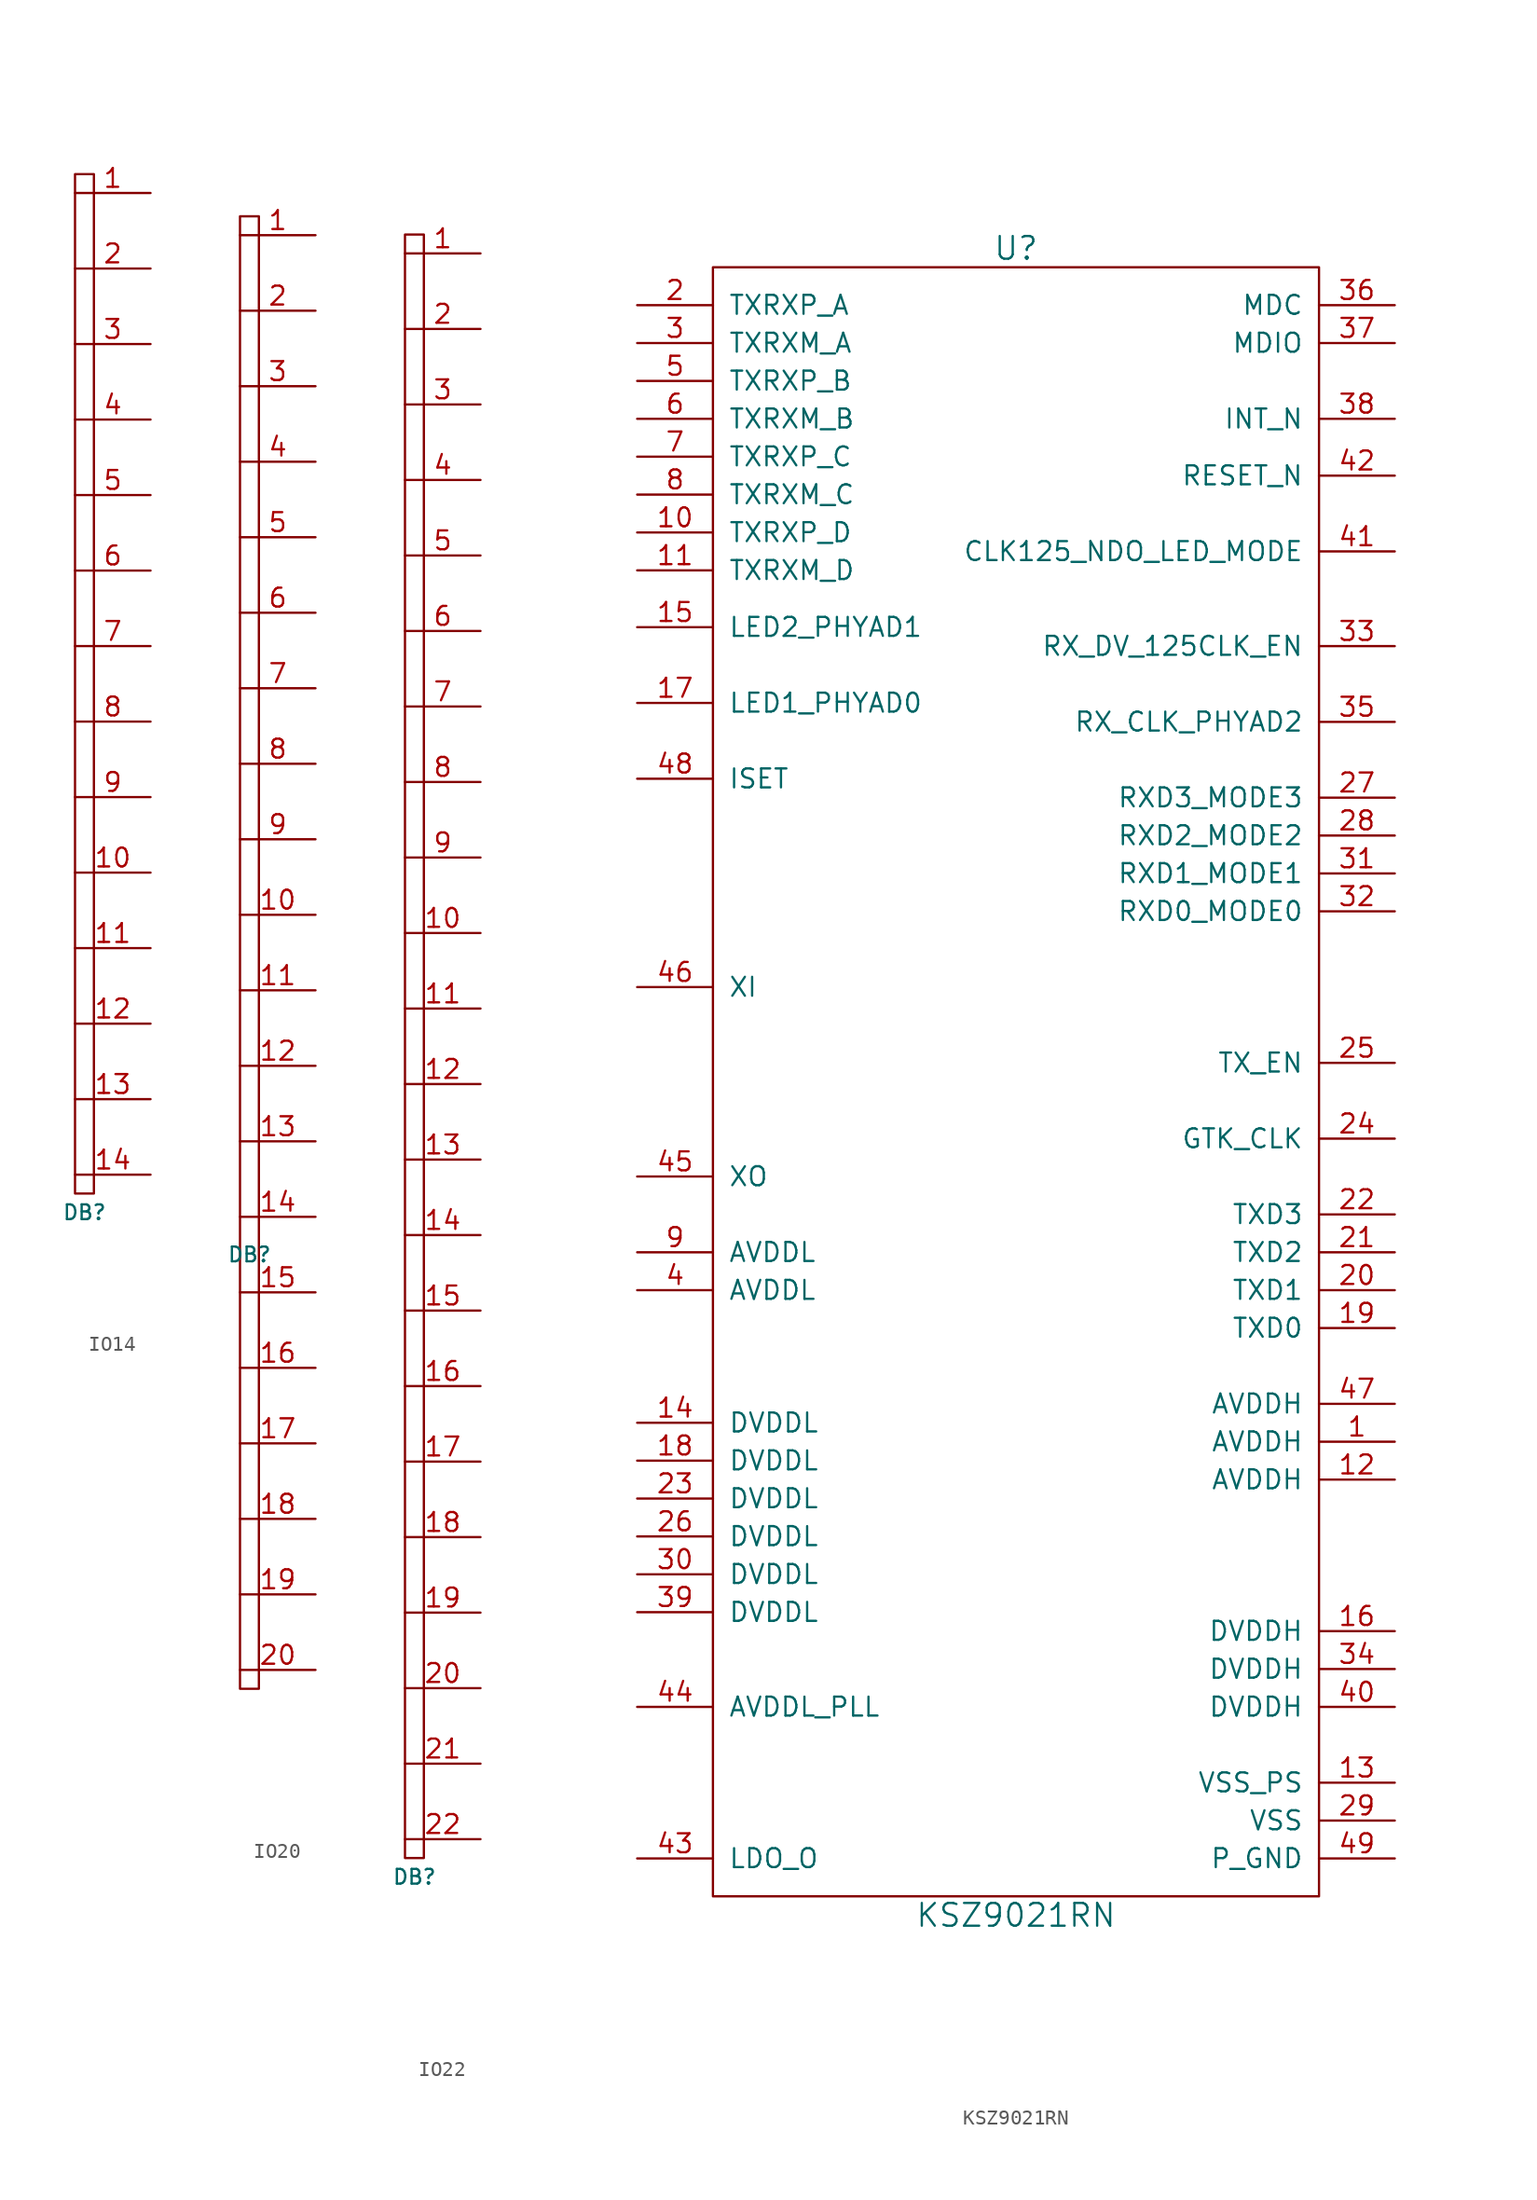
<source format=kicad_sym>
(kicad_symbol_lib
  (version 20220914)
  (generator kicad_symbol_editor)
  (symbol "IO14"
    (pin_names
      (offset 1.016))
    (property "Reference" "DB"
      (at -1.905 -35.56 0)
      (effects (font (size 0.991 0.991))))
    (property "Footprint" ""
      (at 0 -8.89 0)
      (effects (font (size 1.524 1.524))))
    (property "Datasheet" ""
      (at 0 -8.89 0)
      (effects (font (size 1.524 1.524))))
    (symbol "IO14_0_1"
      (rectangle (start -2.54 34.29) (end -1.27 -34.29) (stroke (width 0) (type solid)) (fill (type none))))
    (symbol "IO14_1_1"
      (pin input line (at 2.54 33.02 180) (length 5.08) (name "~" (effects (font (size 1.27 1.27)))) (number "1" (effects (font (size 1.27 1.27)))))
      (pin input line (at 2.54 -12.7 180) (length 5.08) (name "~" (effects (font (size 1.27 1.27)))) (number "10" (effects (font (size 1.27 1.27)))))
      (pin input line (at 2.54 -17.78 180) (length 5.08) (name "~" (effects (font (size 1.27 1.27)))) (number "11" (effects (font (size 1.27 1.27)))))
      (pin input line (at 2.54 -22.86 180) (length 5.08) (name "~" (effects (font (size 1.27 1.27)))) (number "12" (effects (font (size 1.27 1.27)))))
      (pin input line (at 2.54 -27.94 180) (length 5.08) (name "~" (effects (font (size 1.27 1.27)))) (number "13" (effects (font (size 1.27 1.27)))))
      (pin input line (at 2.54 -33.02 180) (length 5.08) (name "~" (effects (font (size 1.27 1.27)))) (number "14" (effects (font (size 1.27 1.27)))))
      (pin input line (at 2.54 27.94 180) (length 5.08) (name "~" (effects (font (size 1.27 1.27)))) (number "2" (effects (font (size 1.27 1.27)))))
      (pin input line (at 2.54 22.86 180) (length 5.08) (name "~" (effects (font (size 1.27 1.27)))) (number "3" (effects (font (size 1.27 1.27)))))
      (pin input line (at 2.54 17.78 180) (length 5.08) (name "~" (effects (font (size 1.27 1.27)))) (number "4" (effects (font (size 1.27 1.27)))))
      (pin input line (at 2.54 12.7 180) (length 5.08) (name "~" (effects (font (size 1.27 1.27)))) (number "5" (effects (font (size 1.27 1.27)))))
      (pin input line (at 2.54 7.62 180) (length 5.08) (name "~" (effects (font (size 1.27 1.27)))) (number "6" (effects (font (size 1.27 1.27)))))
      (pin input line (at 2.54 2.54 180) (length 5.08) (name "~" (effects (font (size 1.27 1.27)))) (number "7" (effects (font (size 1.27 1.27)))))
      (pin input line (at 2.54 -2.54 180) (length 5.08) (name "~" (effects (font (size 1.27 1.27)))) (number "8" (effects (font (size 1.27 1.27)))))
      (pin input line (at 2.54 -7.62 180) (length 5.08) (name "~" (effects (font (size 1.27 1.27)))) (number "9" (effects (font (size 1.27 1.27)))))))
  (symbol "IO20"
    (pin_names
      (offset 1.016))
    (property "Reference" "DB"
      (at -1.905 -35.56 0)
      (effects (font (size 0.991 0.991))))
    (property "Footprint" ""
      (at 0 -8.89 0)
      (effects (font (size 1.524 1.524))))
    (property "Datasheet" ""
      (at 0 -8.89 0)
      (effects (font (size 1.524 1.524))))
    (symbol "IO20_0_1"
      (rectangle (start -2.54 34.29) (end -1.27 -64.77) (stroke (width 0) (type solid)) (fill (type none))))
    (symbol "IO20_1_1"
      (pin input line (at 2.54 33.02 180) (length 5.08) (name "~" (effects (font (size 1.27 1.27)))) (number "1" (effects (font (size 1.27 1.27)))))
      (pin input line (at 2.54 -12.7 180) (length 5.08) (name "~" (effects (font (size 1.27 1.27)))) (number "10" (effects (font (size 1.27 1.27)))))
      (pin input line (at 2.54 -17.78 180) (length 5.08) (name "~" (effects (font (size 1.27 1.27)))) (number "11" (effects (font (size 1.27 1.27)))))
      (pin input line (at 2.54 -22.86 180) (length 5.08) (name "~" (effects (font (size 1.27 1.27)))) (number "12" (effects (font (size 1.27 1.27)))))
      (pin input line (at 2.54 -27.94 180) (length 5.08) (name "~" (effects (font (size 1.27 1.27)))) (number "13" (effects (font (size 1.27 1.27)))))
      (pin input line (at 2.54 -33.02 180) (length 5.08) (name "~" (effects (font (size 1.27 1.27)))) (number "14" (effects (font (size 1.27 1.27)))))
      (pin input line (at 2.54 -38.1 180) (length 5.08) (name "~" (effects (font (size 1.27 1.27)))) (number "15" (effects (font (size 1.27 1.27)))))
      (pin input line (at 2.54 -43.18 180) (length 5.08) (name "~" (effects (font (size 1.27 1.27)))) (number "16" (effects (font (size 1.27 1.27)))))
      (pin input line (at 2.54 -48.26 180) (length 5.08) (name "~" (effects (font (size 1.27 1.27)))) (number "17" (effects (font (size 1.27 1.27)))))
      (pin input line (at 2.54 -53.34 180) (length 5.08) (name "~" (effects (font (size 1.27 1.27)))) (number "18" (effects (font (size 1.27 1.27)))))
      (pin input line (at 2.54 -58.42 180) (length 5.08) (name "~" (effects (font (size 1.27 1.27)))) (number "19" (effects (font (size 1.27 1.27)))))
      (pin input line (at 2.54 27.94 180) (length 5.08) (name "~" (effects (font (size 1.27 1.27)))) (number "2" (effects (font (size 1.27 1.27)))))
      (pin input line (at 2.54 -63.5 180) (length 5.08) (name "~" (effects (font (size 1.27 1.27)))) (number "20" (effects (font (size 1.27 1.27)))))
      (pin input line (at 2.54 22.86 180) (length 5.08) (name "~" (effects (font (size 1.27 1.27)))) (number "3" (effects (font (size 1.27 1.27)))))
      (pin input line (at 2.54 17.78 180) (length 5.08) (name "~" (effects (font (size 1.27 1.27)))) (number "4" (effects (font (size 1.27 1.27)))))
      (pin input line (at 2.54 12.7 180) (length 5.08) (name "~" (effects (font (size 1.27 1.27)))) (number "5" (effects (font (size 1.27 1.27)))))
      (pin input line (at 2.54 7.62 180) (length 5.08) (name "~" (effects (font (size 1.27 1.27)))) (number "6" (effects (font (size 1.27 1.27)))))
      (pin input line (at 2.54 2.54 180) (length 5.08) (name "~" (effects (font (size 1.27 1.27)))) (number "7" (effects (font (size 1.27 1.27)))))
      (pin input line (at 2.54 -2.54 180) (length 5.08) (name "~" (effects (font (size 1.27 1.27)))) (number "8" (effects (font (size 1.27 1.27)))))
      (pin input line (at 2.54 -7.62 180) (length 5.08) (name "~" (effects (font (size 1.27 1.27)))) (number "9" (effects (font (size 1.27 1.27)))))))
  (symbol "IO22"
    (pin_names
      (offset 1.016))
    (property "Reference" "DB"
      (at -1.905 -76.2 0)
      (effects (font (size 0.991 0.991))))
    (property "Footprint" ""
      (at 0 -8.89 0)
      (effects (font (size 1.524 1.524))))
    (property "Datasheet" ""
      (at 0 -8.89 0)
      (effects (font (size 1.524 1.524))))
    (symbol "IO22_0_1"
      (rectangle (start -2.54 34.29) (end -1.27 -74.93) (stroke (width 0) (type solid)) (fill (type none))))
    (symbol "IO22_1_1"
      (pin input line (at 2.54 33.02 180) (length 5.08) (name "~" (effects (font (size 1.27 1.27)))) (number "1" (effects (font (size 1.27 1.27)))))
      (pin input line (at 2.54 -12.7 180) (length 5.08) (name "~" (effects (font (size 1.27 1.27)))) (number "10" (effects (font (size 1.27 1.27)))))
      (pin input line (at 2.54 -17.78 180) (length 5.08) (name "~" (effects (font (size 1.27 1.27)))) (number "11" (effects (font (size 1.27 1.27)))))
      (pin input line (at 2.54 -22.86 180) (length 5.08) (name "~" (effects (font (size 1.27 1.27)))) (number "12" (effects (font (size 1.27 1.27)))))
      (pin input line (at 2.54 -27.94 180) (length 5.08) (name "~" (effects (font (size 1.27 1.27)))) (number "13" (effects (font (size 1.27 1.27)))))
      (pin input line (at 2.54 -33.02 180) (length 5.08) (name "~" (effects (font (size 1.27 1.27)))) (number "14" (effects (font (size 1.27 1.27)))))
      (pin input line (at 2.54 -38.1 180) (length 5.08) (name "~" (effects (font (size 1.27 1.27)))) (number "15" (effects (font (size 1.27 1.27)))))
      (pin input line (at 2.54 -43.18 180) (length 5.08) (name "~" (effects (font (size 1.27 1.27)))) (number "16" (effects (font (size 1.27 1.27)))))
      (pin input line (at 2.54 -48.26 180) (length 5.08) (name "~" (effects (font (size 1.27 1.27)))) (number "17" (effects (font (size 1.27 1.27)))))
      (pin input line (at 2.54 -53.34 180) (length 5.08) (name "~" (effects (font (size 1.27 1.27)))) (number "18" (effects (font (size 1.27 1.27)))))
      (pin input line (at 2.54 -58.42 180) (length 5.08) (name "~" (effects (font (size 1.27 1.27)))) (number "19" (effects (font (size 1.27 1.27)))))
      (pin input line (at 2.54 27.94 180) (length 5.08) (name "~" (effects (font (size 1.27 1.27)))) (number "2" (effects (font (size 1.27 1.27)))))
      (pin input line (at 2.54 -63.5 180) (length 5.08) (name "~" (effects (font (size 1.27 1.27)))) (number "20" (effects (font (size 1.27 1.27)))))
      (pin input line (at 2.54 -68.58 180) (length 5.08) (name "~" (effects (font (size 1.27 1.27)))) (number "21" (effects (font (size 1.27 1.27)))))
      (pin input line (at 2.54 -73.66 180) (length 5.08) (name "~" (effects (font (size 1.27 1.27)))) (number "22" (effects (font (size 1.27 1.27)))))
      (pin input line (at 2.54 22.86 180) (length 5.08) (name "~" (effects (font (size 1.27 1.27)))) (number "3" (effects (font (size 1.27 1.27)))))
      (pin input line (at 2.54 17.78 180) (length 5.08) (name "~" (effects (font (size 1.27 1.27)))) (number "4" (effects (font (size 1.27 1.27)))))
      (pin input line (at 2.54 12.7 180) (length 5.08) (name "~" (effects (font (size 1.27 1.27)))) (number "5" (effects (font (size 1.27 1.27)))))
      (pin input line (at 2.54 7.62 180) (length 5.08) (name "~" (effects (font (size 1.27 1.27)))) (number "6" (effects (font (size 1.27 1.27)))))
      (pin input line (at 2.54 2.54 180) (length 5.08) (name "~" (effects (font (size 1.27 1.27)))) (number "7" (effects (font (size 1.27 1.27)))))
      (pin input line (at 2.54 -2.54 180) (length 5.08) (name "~" (effects (font (size 1.27 1.27)))) (number "8" (effects (font (size 1.27 1.27)))))
      (pin input line (at 2.54 -7.62 180) (length 5.08) (name "~" (effects (font (size 1.27 1.27)))) (number "9" (effects (font (size 1.27 1.27)))))))
  (symbol "KSZ9021RN"
    (pin_names
      (offset 1.016))
    (property "Reference" "U"
      (at 0 49.53 0)
      (effects (font (size 1.524 1.524))))
    (property "Value" "KSZ9021RN"
      (at 0 -62.23 0)
      (effects (font (size 1.524 1.524))))
    (property "Footprint" ""
      (at 5.08 17.78 0)
      (effects (font (size 1.524 1.524))))
    (property "Datasheet" ""
      (at 5.08 17.78 0)
      (effects (font (size 1.524 1.524))))
    (symbol "KSZ9021RN_0_1"
      (rectangle (start -20.32 48.26) (end 20.32 -60.96) (stroke (width 0) (type solid)) (fill (type none))))
    (symbol "KSZ9021RN_1_1"
      (pin power_in line (at 25.4 -30.48 180) (length 5.08) (name "AVDDH" (effects (font (size 1.27 1.27)))) (number "1" (effects (font (size 1.27 1.27)))))
      (pin bidirectional line (at -25.4 30.48 0) (length 5.08) (name "TXRXP_D" (effects (font (size 1.27 1.27)))) (number "10" (effects (font (size 1.27 1.27)))))
      (pin bidirectional line (at -25.4 27.94 0) (length 5.08) (name "TXRXM_D" (effects (font (size 1.27 1.27)))) (number "11" (effects (font (size 1.27 1.27)))))
      (pin power_in line (at 25.4 -33.02 180) (length 5.08) (name "AVDDH" (effects (font (size 1.27 1.27)))) (number "12" (effects (font (size 1.27 1.27)))))
      (pin power_in line (at 25.4 -53.34 180) (length 5.08) (name "VSS_PS" (effects (font (size 1.27 1.27)))) (number "13" (effects (font (size 1.27 1.27)))))
      (pin power_in line (at -25.4 -29.21 0) (length 5.08) (name "DVDDL" (effects (font (size 1.27 1.27)))) (number "14" (effects (font (size 1.27 1.27)))))
      (pin bidirectional line (at -25.4 24.13 0) (length 5.08) (name "LED2_PHYAD1" (effects (font (size 1.27 1.27)))) (number "15" (effects (font (size 1.27 1.27)))))
      (pin power_in line (at 25.4 -43.18 180) (length 5.08) (name "DVDDH" (effects (font (size 1.27 1.27)))) (number "16" (effects (font (size 1.27 1.27)))))
      (pin bidirectional line (at -25.4 19.05 0) (length 5.08) (name "LED1_PHYAD0" (effects (font (size 1.27 1.27)))) (number "17" (effects (font (size 1.27 1.27)))))
      (pin power_in line (at -25.4 -31.75 0) (length 5.08) (name "DVDDL" (effects (font (size 1.27 1.27)))) (number "18" (effects (font (size 1.27 1.27)))))
      (pin input line (at 25.4 -22.86 180) (length 5.08) (name "TXD0" (effects (font (size 1.27 1.27)))) (number "19" (effects (font (size 1.27 1.27)))))
      (pin bidirectional line (at -25.4 45.72 0) (length 5.08) (name "TXRXP_A" (effects (font (size 1.27 1.27)))) (number "2" (effects (font (size 1.27 1.27)))))
      (pin input line (at 25.4 -20.32 180) (length 5.08) (name "TXD1" (effects (font (size 1.27 1.27)))) (number "20" (effects (font (size 1.27 1.27)))))
      (pin input line (at 25.4 -17.78 180) (length 5.08) (name "TXD2" (effects (font (size 1.27 1.27)))) (number "21" (effects (font (size 1.27 1.27)))))
      (pin input line (at 25.4 -15.24 180) (length 5.08) (name "TXD3" (effects (font (size 1.27 1.27)))) (number "22" (effects (font (size 1.27 1.27)))))
      (pin power_in line (at -25.4 -34.29 0) (length 5.08) (name "DVDDL" (effects (font (size 1.27 1.27)))) (number "23" (effects (font (size 1.27 1.27)))))
      (pin input line (at 25.4 -10.16 180) (length 5.08) (name "GTK_CLK" (effects (font (size 1.27 1.27)))) (number "24" (effects (font (size 1.27 1.27)))))
      (pin input line (at 25.4 -5.08 180) (length 5.08) (name "TX_EN" (effects (font (size 1.27 1.27)))) (number "25" (effects (font (size 1.27 1.27)))))
      (pin power_in line (at -25.4 -36.83 0) (length 5.08) (name "DVDDL" (effects (font (size 1.27 1.27)))) (number "26" (effects (font (size 1.27 1.27)))))
      (pin bidirectional line (at 25.4 12.7 180) (length 5.08) (name "RXD3_MODE3" (effects (font (size 1.27 1.27)))) (number "27" (effects (font (size 1.27 1.27)))))
      (pin bidirectional line (at 25.4 10.16 180) (length 5.08) (name "RXD2_MODE2" (effects (font (size 1.27 1.27)))) (number "28" (effects (font (size 1.27 1.27)))))
      (pin power_in line (at 25.4 -55.88 180) (length 5.08) (name "VSS" (effects (font (size 1.27 1.27)))) (number "29" (effects (font (size 1.27 1.27)))))
      (pin bidirectional line (at -25.4 43.18 0) (length 5.08) (name "TXRXM_A" (effects (font (size 1.27 1.27)))) (number "3" (effects (font (size 1.27 1.27)))))
      (pin power_in line (at -25.4 -39.37 0) (length 5.08) (name "DVDDL" (effects (font (size 1.27 1.27)))) (number "30" (effects (font (size 1.27 1.27)))))
      (pin bidirectional line (at 25.4 7.62 180) (length 5.08) (name "RXD1_MODE1" (effects (font (size 1.27 1.27)))) (number "31" (effects (font (size 1.27 1.27)))))
      (pin bidirectional line (at 25.4 5.08 180) (length 5.08) (name "RXD0_MODE0" (effects (font (size 1.27 1.27)))) (number "32" (effects (font (size 1.27 1.27)))))
      (pin bidirectional line (at 25.4 22.86 180) (length 5.08) (name "RX_DV_125CLK_EN" (effects (font (size 1.27 1.27)))) (number "33" (effects (font (size 1.27 1.27)))))
      (pin power_in line (at 25.4 -45.72 180) (length 5.08) (name "DVDDH" (effects (font (size 1.27 1.27)))) (number "34" (effects (font (size 1.27 1.27)))))
      (pin bidirectional line (at 25.4 17.78 180) (length 5.08) (name "RX_CLK_PHYAD2" (effects (font (size 1.27 1.27)))) (number "35" (effects (font (size 1.27 1.27)))))
      (pin input line (at 25.4 45.72 180) (length 5.08) (name "MDC" (effects (font (size 1.27 1.27)))) (number "36" (effects (font (size 1.27 1.27)))))
      (pin bidirectional line (at 25.4 43.18 180) (length 5.08) (name "MDIO" (effects (font (size 1.27 1.27)))) (number "37" (effects (font (size 1.27 1.27)))))
      (pin output line (at 25.4 38.1 180) (length 5.08) (name "INT_N" (effects (font (size 1.27 1.27)))) (number "38" (effects (font (size 1.27 1.27)))))
      (pin power_in line (at -25.4 -41.91 0) (length 5.08) (name "DVDDL" (effects (font (size 1.27 1.27)))) (number "39" (effects (font (size 1.27 1.27)))))
      (pin power_in line (at -25.4 -20.32 0) (length 5.08) (name "AVDDL" (effects (font (size 1.27 1.27)))) (number "4" (effects (font (size 1.27 1.27)))))
      (pin power_in line (at 25.4 -48.26 180) (length 5.08) (name "DVDDH" (effects (font (size 1.27 1.27)))) (number "40" (effects (font (size 1.27 1.27)))))
      (pin bidirectional line (at 25.4 29.21 180) (length 5.08) (name "CLK125_NDO_LED_MODE" (effects (font (size 1.27 1.27)))) (number "41" (effects (font (size 1.27 1.27)))))
      (pin input line (at 25.4 34.29 180) (length 5.08) (name "RESET_N" (effects (font (size 1.27 1.27)))) (number "42" (effects (font (size 1.27 1.27)))))
      (pin power_out line (at -25.4 -58.42 0) (length 5.08) (name "LDO_O" (effects (font (size 1.27 1.27)))) (number "43" (effects (font (size 1.27 1.27)))))
      (pin power_in line (at -25.4 -48.26 0) (length 5.08) (name "AVDDL_PLL" (effects (font (size 1.27 1.27)))) (number "44" (effects (font (size 1.27 1.27)))))
      (pin output line (at -25.4 -12.7 0) (length 5.08) (name "XO" (effects (font (size 1.27 1.27)))) (number "45" (effects (font (size 1.27 1.27)))))
      (pin input line (at -25.4 0 0) (length 5.08) (name "XI" (effects (font (size 1.27 1.27)))) (number "46" (effects (font (size 1.27 1.27)))))
      (pin power_in line (at 25.4 -27.94 180) (length 5.08) (name "AVDDH" (effects (font (size 1.27 1.27)))) (number "47" (effects (font (size 1.27 1.27)))))
      (pin bidirectional line (at -25.4 13.97 0) (length 5.08) (name "ISET" (effects (font (size 1.27 1.27)))) (number "48" (effects (font (size 1.27 1.27)))))
      (pin power_in line (at 25.4 -58.42 180) (length 5.08) (name "P_GND" (effects (font (size 1.27 1.27)))) (number "49" (effects (font (size 1.27 1.27)))))
      (pin bidirectional line (at -25.4 40.64 0) (length 5.08) (name "TXRXP_B" (effects (font (size 1.27 1.27)))) (number "5" (effects (font (size 1.27 1.27)))))
      (pin bidirectional line (at -25.4 38.1 0) (length 5.08) (name "TXRXM_B" (effects (font (size 1.27 1.27)))) (number "6" (effects (font (size 1.27 1.27)))))
      (pin bidirectional line (at -25.4 35.56 0) (length 5.08) (name "TXRXP_C" (effects (font (size 1.27 1.27)))) (number "7" (effects (font (size 1.27 1.27)))))
      (pin bidirectional line (at -25.4 33.02 0) (length 5.08) (name "TXRXM_C" (effects (font (size 1.27 1.27)))) (number "8" (effects (font (size 1.27 1.27)))))
      (pin power_in line (at -25.4 -17.78 0) (length 5.08) (name "AVDDL" (effects (font (size 1.27 1.27)))) (number "9" (effects (font (size 1.27 1.27))))))))
</source>
